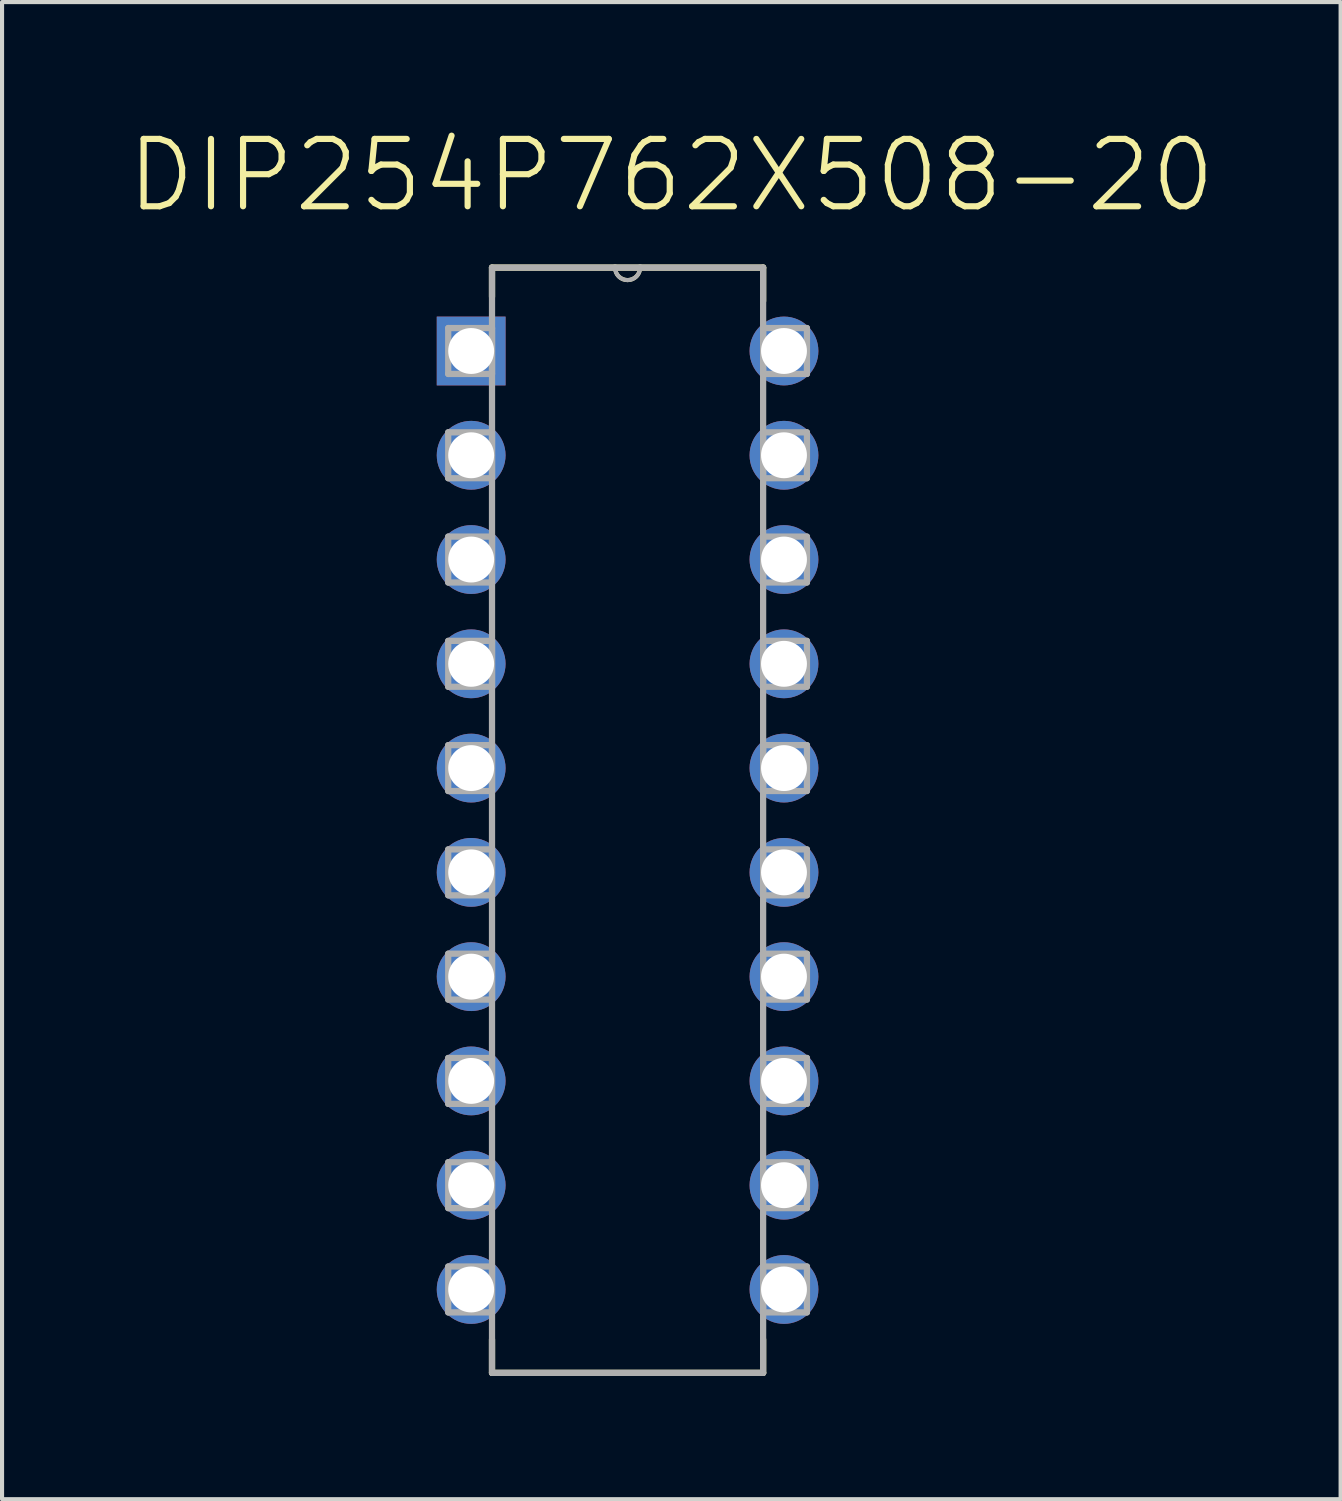
<source format=kicad_pcb>
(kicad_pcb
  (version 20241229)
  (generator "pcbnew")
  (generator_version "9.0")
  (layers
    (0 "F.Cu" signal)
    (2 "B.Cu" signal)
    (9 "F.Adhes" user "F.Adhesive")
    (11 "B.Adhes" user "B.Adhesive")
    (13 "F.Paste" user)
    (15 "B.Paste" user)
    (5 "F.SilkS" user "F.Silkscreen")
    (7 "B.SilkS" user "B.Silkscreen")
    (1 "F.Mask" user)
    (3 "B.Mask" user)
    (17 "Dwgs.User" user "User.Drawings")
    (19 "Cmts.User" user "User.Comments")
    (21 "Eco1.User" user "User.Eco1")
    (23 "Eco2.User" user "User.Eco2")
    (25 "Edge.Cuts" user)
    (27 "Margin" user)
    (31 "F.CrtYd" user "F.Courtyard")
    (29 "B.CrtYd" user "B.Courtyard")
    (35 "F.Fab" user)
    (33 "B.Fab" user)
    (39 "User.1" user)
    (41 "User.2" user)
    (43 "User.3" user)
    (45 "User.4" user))
  (footprint "DIP254P762X508-20"
    (layer "F.Cu")
    (at 16.047 28.36)
    (property "Reference" "DIP254P762X508-20" (at -2.744 -27.137 0) (layer "F.SilkS") (effects (font (size 1.641 1.641) (thickness 0.15))))
    (attr through_hole)
    (fp_line (start -7.112 -24.892) (end -7.112 -24.181) (stroke (width 0.152) (type solid)) (layer "F.SilkS"))
    (fp_line (start -7.112 1.219) (end -7.112 2.032) (stroke (width 0.152) (type solid)) (layer "F.SilkS"))
    (fp_line (start -7.112 2.032) (end -0.508 2.032) (stroke (width 0.152) (type solid)) (layer "F.SilkS"))
    (fp_line (start -4.115 -24.892) (end -7.112 -24.892) (stroke (width 0.152) (type solid)) (layer "F.SilkS"))
    (fp_line (start -3.505 -24.892) (end -4.115 -24.892) (stroke (width 0.152) (type solid)) (layer "F.SilkS"))
    (fp_line (start -0.508 -24.892) (end -3.505 -24.892) (stroke (width 0.152) (type solid)) (layer "F.SilkS"))
    (fp_line (start -0.508 -24.079) (end -0.508 -24.892) (stroke (width 0.152) (type solid)) (layer "F.SilkS"))
    (fp_line (start -0.508 2.032) (end -0.508 1.219) (stroke (width 0.152) (type solid)) (layer "F.SilkS"))
    (fp_arc (start -3.5052 -24.892) (mid -3.81 -24.5872) (end -4.1148 -24.892) (stroke (width 0.1) (type solid)) (layer "F.SilkS"))
    (fp_line (start -8.179 -23.419) (end -8.179 -22.301) (stroke (width 0.152) (type solid)) (layer "F.Fab"))
    (fp_line (start -8.179 -22.301) (end -7.112 -22.301) (stroke (width 0.152) (type solid)) (layer "F.Fab"))
    (fp_line (start -8.179 -20.879) (end -8.179 -19.761) (stroke (width 0.152) (type solid)) (layer "F.Fab"))
    (fp_line (start -8.179 -19.761) (end -7.112 -19.761) (stroke (width 0.152) (type solid)) (layer "F.Fab"))
    (fp_line (start -8.179 -18.339) (end -8.179 -17.221) (stroke (width 0.152) (type solid)) (layer "F.Fab"))
    (fp_line (start -8.179 -17.221) (end -7.112 -17.221) (stroke (width 0.152) (type solid)) (layer "F.Fab"))
    (fp_line (start -8.179 -15.799) (end -8.179 -14.681) (stroke (width 0.152) (type solid)) (layer "F.Fab"))
    (fp_line (start -8.179 -14.681) (end -7.112 -14.681) (stroke (width 0.152) (type solid)) (layer "F.Fab"))
    (fp_line (start -8.179 -13.259) (end -8.179 -12.141) (stroke (width 0.152) (type solid)) (layer "F.Fab"))
    (fp_line (start -8.179 -12.141) (end -7.112 -12.141) (stroke (width 0.152) (type solid)) (layer "F.Fab"))
    (fp_line (start -8.179 -10.719) (end -8.179 -9.601) (stroke (width 0.152) (type solid)) (layer "F.Fab"))
    (fp_line (start -8.179 -9.601) (end -7.112 -9.601) (stroke (width 0.152) (type solid)) (layer "F.Fab"))
    (fp_line (start -8.179 -8.179) (end -8.179 -7.061) (stroke (width 0.152) (type solid)) (layer "F.Fab"))
    (fp_line (start -8.179 -7.061) (end -7.112 -7.061) (stroke (width 0.152) (type solid)) (layer "F.Fab"))
    (fp_line (start -8.179 -5.639) (end -8.179 -4.521) (stroke (width 0.152) (type solid)) (layer "F.Fab"))
    (fp_line (start -8.179 -4.521) (end -7.112 -4.521) (stroke (width 0.152) (type solid)) (layer "F.Fab"))
    (fp_line (start -8.179 -3.099) (end -8.179 -1.981) (stroke (width 0.152) (type solid)) (layer "F.Fab"))
    (fp_line (start -8.179 -1.981) (end -7.112 -1.981) (stroke (width 0.152) (type solid)) (layer "F.Fab"))
    (fp_line (start -8.179 -0.559) (end -8.179 0.559) (stroke (width 0.152) (type solid)) (layer "F.Fab"))
    (fp_line (start -8.179 0.559) (end -7.112 0.559) (stroke (width 0.152) (type solid)) (layer "F.Fab"))
    (fp_line (start -7.112 -24.892) (end -7.112 2.032) (stroke (width 0.152) (type solid)) (layer "F.Fab"))
    (fp_line (start -7.112 -23.419) (end -8.179 -23.419) (stroke (width 0.152) (type solid)) (layer "F.Fab"))
    (fp_line (start -7.112 -22.301) (end -7.112 -23.419) (stroke (width 0.152) (type solid)) (layer "F.Fab"))
    (fp_line (start -7.112 -20.879) (end -8.179 -20.879) (stroke (width 0.152) (type solid)) (layer "F.Fab"))
    (fp_line (start -7.112 -19.761) (end -7.112 -20.879) (stroke (width 0.152) (type solid)) (layer "F.Fab"))
    (fp_line (start -7.112 -18.339) (end -8.179 -18.339) (stroke (width 0.152) (type solid)) (layer "F.Fab"))
    (fp_line (start -7.112 -17.221) (end -7.112 -18.339) (stroke (width 0.152) (type solid)) (layer "F.Fab"))
    (fp_line (start -7.112 -15.799) (end -8.179 -15.799) (stroke (width 0.152) (type solid)) (layer "F.Fab"))
    (fp_line (start -7.112 -14.681) (end -7.112 -15.799) (stroke (width 0.152) (type solid)) (layer "F.Fab"))
    (fp_line (start -7.112 -13.259) (end -8.179 -13.259) (stroke (width 0.152) (type solid)) (layer "F.Fab"))
    (fp_line (start -7.112 -12.141) (end -7.112 -13.259) (stroke (width 0.152) (type solid)) (layer "F.Fab"))
    (fp_line (start -7.112 -10.719) (end -8.179 -10.719) (stroke (width 0.152) (type solid)) (layer "F.Fab"))
    (fp_line (start -7.112 -9.601) (end -7.112 -10.719) (stroke (width 0.152) (type solid)) (layer "F.Fab"))
    (fp_line (start -7.112 -8.179) (end -8.179 -8.179) (stroke (width 0.152) (type solid)) (layer "F.Fab"))
    (fp_line (start -7.112 -7.061) (end -7.112 -8.179) (stroke (width 0.152) (type solid)) (layer "F.Fab"))
    (fp_line (start -7.112 -5.639) (end -8.179 -5.639) (stroke (width 0.152) (type solid)) (layer "F.Fab"))
    (fp_line (start -7.112 -4.521) (end -7.112 -5.639) (stroke (width 0.152) (type solid)) (layer "F.Fab"))
    (fp_line (start -7.112 -3.099) (end -8.179 -3.099) (stroke (width 0.152) (type solid)) (layer "F.Fab"))
    (fp_line (start -7.112 -1.981) (end -7.112 -3.099) (stroke (width 0.152) (type solid)) (layer "F.Fab"))
    (fp_line (start -7.112 -0.559) (end -8.179 -0.559) (stroke (width 0.152) (type solid)) (layer "F.Fab"))
    (fp_line (start -7.112 0.559) (end -7.112 -0.559) (stroke (width 0.152) (type solid)) (layer "F.Fab"))
    (fp_line (start -7.112 2.032) (end -0.508 2.032) (stroke (width 0.152) (type solid)) (layer "F.Fab"))
    (fp_line (start -4.115 -24.892) (end -7.112 -24.892) (stroke (width 0.152) (type solid)) (layer "F.Fab"))
    (fp_line (start -3.505 -24.892) (end -4.115 -24.892) (stroke (width 0.152) (type solid)) (layer "F.Fab"))
    (fp_line (start -0.508 -24.892) (end -3.505 -24.892) (stroke (width 0.152) (type solid)) (layer "F.Fab"))
    (fp_line (start -0.508 -23.419) (end -0.508 -22.301) (stroke (width 0.152) (type solid)) (layer "F.Fab"))
    (fp_line (start -0.508 -22.301) (end 0.559 -22.301) (stroke (width 0.152) (type solid)) (layer "F.Fab"))
    (fp_line (start -0.508 -20.879) (end -0.508 -19.761) (stroke (width 0.152) (type solid)) (layer "F.Fab"))
    (fp_line (start -0.508 -19.761) (end 0.559 -19.761) (stroke (width 0.152) (type solid)) (layer "F.Fab"))
    (fp_line (start -0.508 -18.339) (end -0.508 -17.221) (stroke (width 0.152) (type solid)) (layer "F.Fab"))
    (fp_line (start -0.508 -17.221) (end 0.559 -17.221) (stroke (width 0.152) (type solid)) (layer "F.Fab"))
    (fp_line (start -0.508 -15.799) (end -0.508 -14.681) (stroke (width 0.152) (type solid)) (layer "F.Fab"))
    (fp_line (start -0.508 -14.681) (end 0.559 -14.681) (stroke (width 0.152) (type solid)) (layer "F.Fab"))
    (fp_line (start -0.508 -13.259) (end -0.508 -12.141) (stroke (width 0.152) (type solid)) (layer "F.Fab"))
    (fp_line (start -0.508 -12.141) (end 0.559 -12.141) (stroke (width 0.152) (type solid)) (layer "F.Fab"))
    (fp_line (start -0.508 -10.719) (end -0.508 -9.601) (stroke (width 0.152) (type solid)) (layer "F.Fab"))
    (fp_line (start -0.508 -9.601) (end 0.559 -9.601) (stroke (width 0.152) (type solid)) (layer "F.Fab"))
    (fp_line (start -0.508 -8.179) (end -0.508 -7.061) (stroke (width 0.152) (type solid)) (layer "F.Fab"))
    (fp_line (start -0.508 -7.061) (end 0.559 -7.061) (stroke (width 0.152) (type solid)) (layer "F.Fab"))
    (fp_line (start -0.508 -5.639) (end -0.508 -4.521) (stroke (width 0.152) (type solid)) (layer "F.Fab"))
    (fp_line (start -0.508 -4.521) (end 0.559 -4.521) (stroke (width 0.152) (type solid)) (layer "F.Fab"))
    (fp_line (start -0.508 -3.099) (end -0.508 -1.981) (stroke (width 0.152) (type solid)) (layer "F.Fab"))
    (fp_line (start -0.508 -1.981) (end 0.559 -1.981) (stroke (width 0.152) (type solid)) (layer "F.Fab"))
    (fp_line (start -0.508 -0.559) (end -0.508 0.559) (stroke (width 0.152) (type solid)) (layer "F.Fab"))
    (fp_line (start -0.508 0.559) (end 0.559 0.559) (stroke (width 0.152) (type solid)) (layer "F.Fab"))
    (fp_line (start -0.508 2.032) (end -0.508 -24.892) (stroke (width 0.152) (type solid)) (layer "F.Fab"))
    (fp_line (start 0.559 -23.419) (end -0.508 -23.419) (stroke (width 0.152) (type solid)) (layer "F.Fab"))
    (fp_line (start 0.559 -22.301) (end 0.559 -23.419) (stroke (width 0.152) (type solid)) (layer "F.Fab"))
    (fp_line (start 0.559 -20.879) (end -0.508 -20.879) (stroke (width 0.152) (type solid)) (layer "F.Fab"))
    (fp_line (start 0.559 -19.761) (end 0.559 -20.879) (stroke (width 0.152) (type solid)) (layer "F.Fab"))
    (fp_line (start 0.559 -18.339) (end -0.508 -18.339) (stroke (width 0.152) (type solid)) (layer "F.Fab"))
    (fp_line (start 0.559 -17.221) (end 0.559 -18.339) (stroke (width 0.152) (type solid)) (layer "F.Fab"))
    (fp_line (start 0.559 -15.799) (end -0.508 -15.799) (stroke (width 0.152) (type solid)) (layer "F.Fab"))
    (fp_line (start 0.559 -14.681) (end 0.559 -15.799) (stroke (width 0.152) (type solid)) (layer "F.Fab"))
    (fp_line (start 0.559 -13.259) (end -0.508 -13.259) (stroke (width 0.152) (type solid)) (layer "F.Fab"))
    (fp_line (start 0.559 -12.141) (end 0.559 -13.259) (stroke (width 0.152) (type solid)) (layer "F.Fab"))
    (fp_line (start 0.559 -10.719) (end -0.508 -10.719) (stroke (width 0.152) (type solid)) (layer "F.Fab"))
    (fp_line (start 0.559 -9.601) (end 0.559 -10.719) (stroke (width 0.152) (type solid)) (layer "F.Fab"))
    (fp_line (start 0.559 -8.179) (end -0.508 -8.179) (stroke (width 0.152) (type solid)) (layer "F.Fab"))
    (fp_line (start 0.559 -7.061) (end 0.559 -8.179) (stroke (width 0.152) (type solid)) (layer "F.Fab"))
    (fp_line (start 0.559 -5.639) (end -0.508 -5.639) (stroke (width 0.152) (type solid)) (layer "F.Fab"))
    (fp_line (start 0.559 -4.521) (end 0.559 -5.639) (stroke (width 0.152) (type solid)) (layer "F.Fab"))
    (fp_line (start 0.559 -3.099) (end -0.508 -3.099) (stroke (width 0.152) (type solid)) (layer "F.Fab"))
    (fp_line (start 0.559 -1.981) (end 0.559 -3.099) (stroke (width 0.152) (type solid)) (layer "F.Fab"))
    (fp_line (start 0.559 -0.559) (end -0.508 -0.559) (stroke (width 0.152) (type solid)) (layer "F.Fab"))
    (fp_line (start 0.559 0.559) (end 0.559 -0.559) (stroke (width 0.152) (type solid)) (layer "F.Fab"))
    (fp_arc (start -3.5052 -24.892) (mid -3.81 -24.5872) (end -4.1148 -24.892) (stroke (width 0.1) (type solid)) (layer "F.Fab"))
    (pad "1" thru_hole rect (at -7.62 -22.86) (size 1.676 1.676) (drill 1.118) (layers "*.Cu" "*.Mask"))
    (pad "2" thru_hole circle (at -7.62 -20.32) (size 1.676 1.676) (drill 1.118) (layers "*.Cu" "*.Mask"))
    (pad "3" thru_hole circle (at -7.62 -17.78) (size 1.676 1.676) (drill 1.118) (layers "*.Cu" "*.Mask"))
    (pad "4" thru_hole circle (at -7.62 -15.24) (size 1.676 1.676) (drill 1.118) (layers "*.Cu" "*.Mask"))
    (pad "5" thru_hole circle (at -7.62 -12.7) (size 1.676 1.676) (drill 1.118) (layers "*.Cu" "*.Mask"))
    (pad "6" thru_hole circle (at -7.62 -10.16) (size 1.676 1.676) (drill 1.118) (layers "*.Cu" "*.Mask"))
    (pad "7" thru_hole circle (at -7.62 -7.62) (size 1.676 1.676) (drill 1.118) (layers "*.Cu" "*.Mask"))
    (pad "8" thru_hole circle (at -7.62 -5.08) (size 1.676 1.676) (drill 1.118) (layers "*.Cu" "*.Mask"))
    (pad "9" thru_hole circle (at -7.62 -2.54) (size 1.676 1.676) (drill 1.118) (layers "*.Cu" "*.Mask"))
    (pad "10" thru_hole circle (at -7.62 0) (size 1.676 1.676) (drill 1.118) (layers "*.Cu" "*.Mask"))
    (pad "11" thru_hole circle (at 0 0) (size 1.676 1.676) (drill 1.118) (layers "*.Cu" "*.Mask"))
    (pad "12" thru_hole circle (at 0 -2.54) (size 1.676 1.676) (drill 1.118) (layers "*.Cu" "*.Mask"))
    (pad "13" thru_hole circle (at 0 -5.08) (size 1.676 1.676) (drill 1.118) (layers "*.Cu" "*.Mask"))
    (pad "14" thru_hole circle (at 0 -7.62) (size 1.676 1.676) (drill 1.118) (layers "*.Cu" "*.Mask"))
    (pad "15" thru_hole circle (at 0 -10.16) (size 1.676 1.676) (drill 1.118) (layers "*.Cu" "*.Mask"))
    (pad "16" thru_hole circle (at 0 -12.7) (size 1.676 1.676) (drill 1.118) (layers "*.Cu" "*.Mask"))
    (pad "17" thru_hole circle (at 0 -15.24) (size 1.676 1.676) (drill 1.118) (layers "*.Cu" "*.Mask"))
    (pad "18" thru_hole circle (at 0 -17.78) (size 1.676 1.676) (drill 1.118) (layers "*.Cu" "*.Mask"))
    (pad "19" thru_hole circle (at 0 -20.32) (size 1.676 1.676) (drill 1.118) (layers "*.Cu" "*.Mask"))
    (pad "20" thru_hole circle (at 0 -22.86) (size 1.676 1.676) (drill 1.118) (layers "*.Cu" "*.Mask")))
  (gr_rect
    (start -3 -3)
    (end 29.606 33.468)
    (stroke (width 0.1) (type default))
    (fill no)
    (layer "Edge.Cuts")))
</source>
